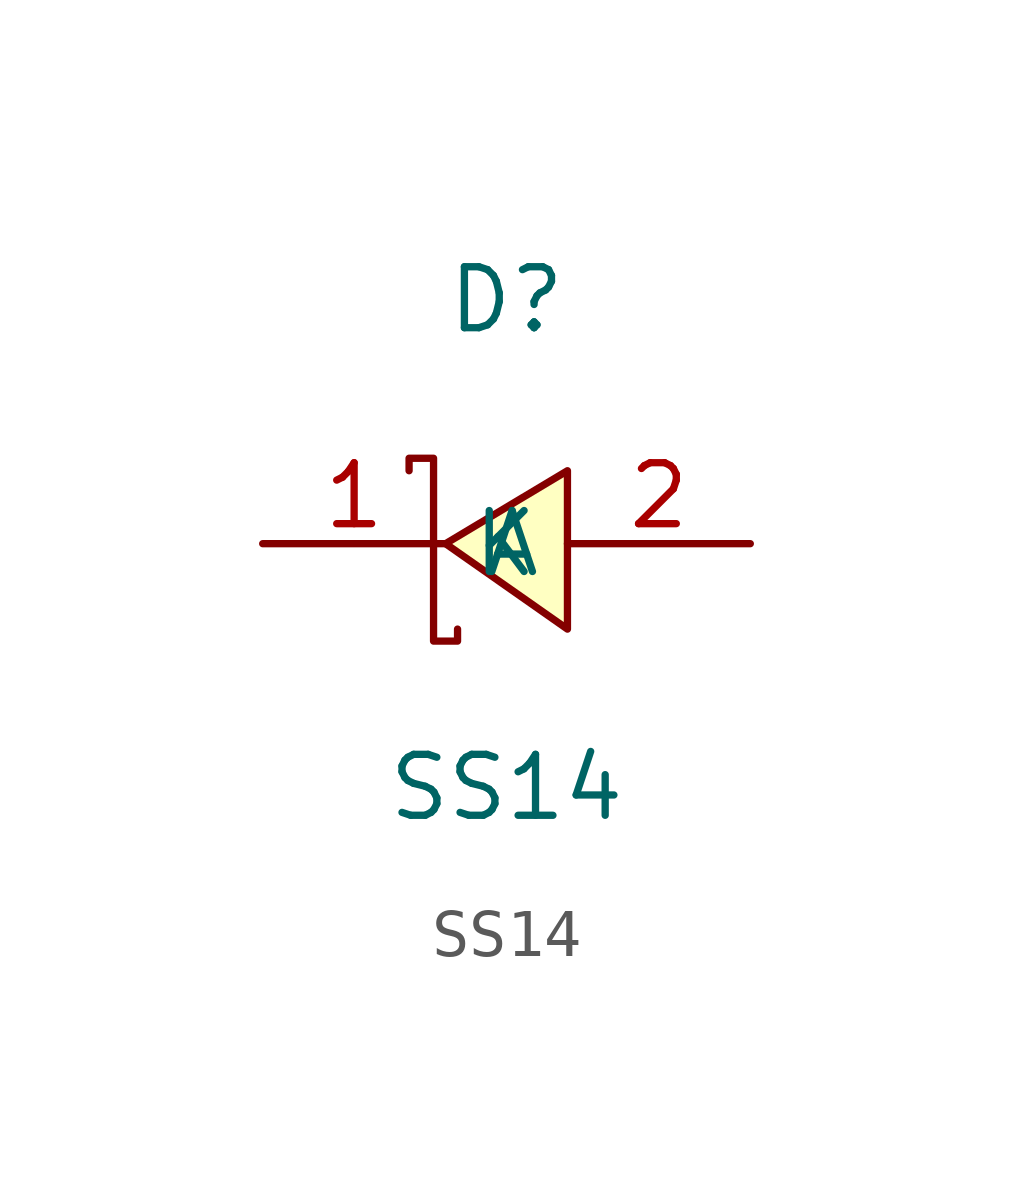
<source format=kicad_sym>
(kicad_symbol_lib
  (version 1)
  (generator "faebryk")
  (symbol "SS14"
    (property "Reference" "D"
      (at 0 5.08 0)
      (effects (font (size 1.27 1.27)) (hide no)))
    (property "Value" "SS14"
      (at 0 -5.08 0)
      (effects (font (size 1.27 1.27)) (hide no)))
    (symbol "SS14_0_1"
      (polyline (stroke (width 0) (type default) (color 0 0 0 0)) (fill (type background)) (pts (xy 1.27 1.52) (xy -1.27 0) (xy 1.27 -1.78) (xy 1.27 1.52)))
      (polyline (stroke (width 0) (type default) (color 0 0 0 0)) (fill (type none)) (pts (xy -2.03 1.52) (xy -2.03 1.78) (xy -1.52 1.78) (xy -1.52 -2.03) (xy -1.02 -2.03) (xy -1.02 -1.78)))
      (pin unspecified line (at 5.08 0 180) (length 3.81) (name "A" (effects (font (size 1.27 1.27)) (hide no))) (number "2" (effects (font (size 1.27 1.27)) (hide no))))
      (pin unspecified line (at -5.08 0 0) (length 3.81) (name "K" (effects (font (size 1.27 1.27)) (hide no))) (number "1" (effects (font (size 1.27 1.27)) (hide no)))))))
</source>
